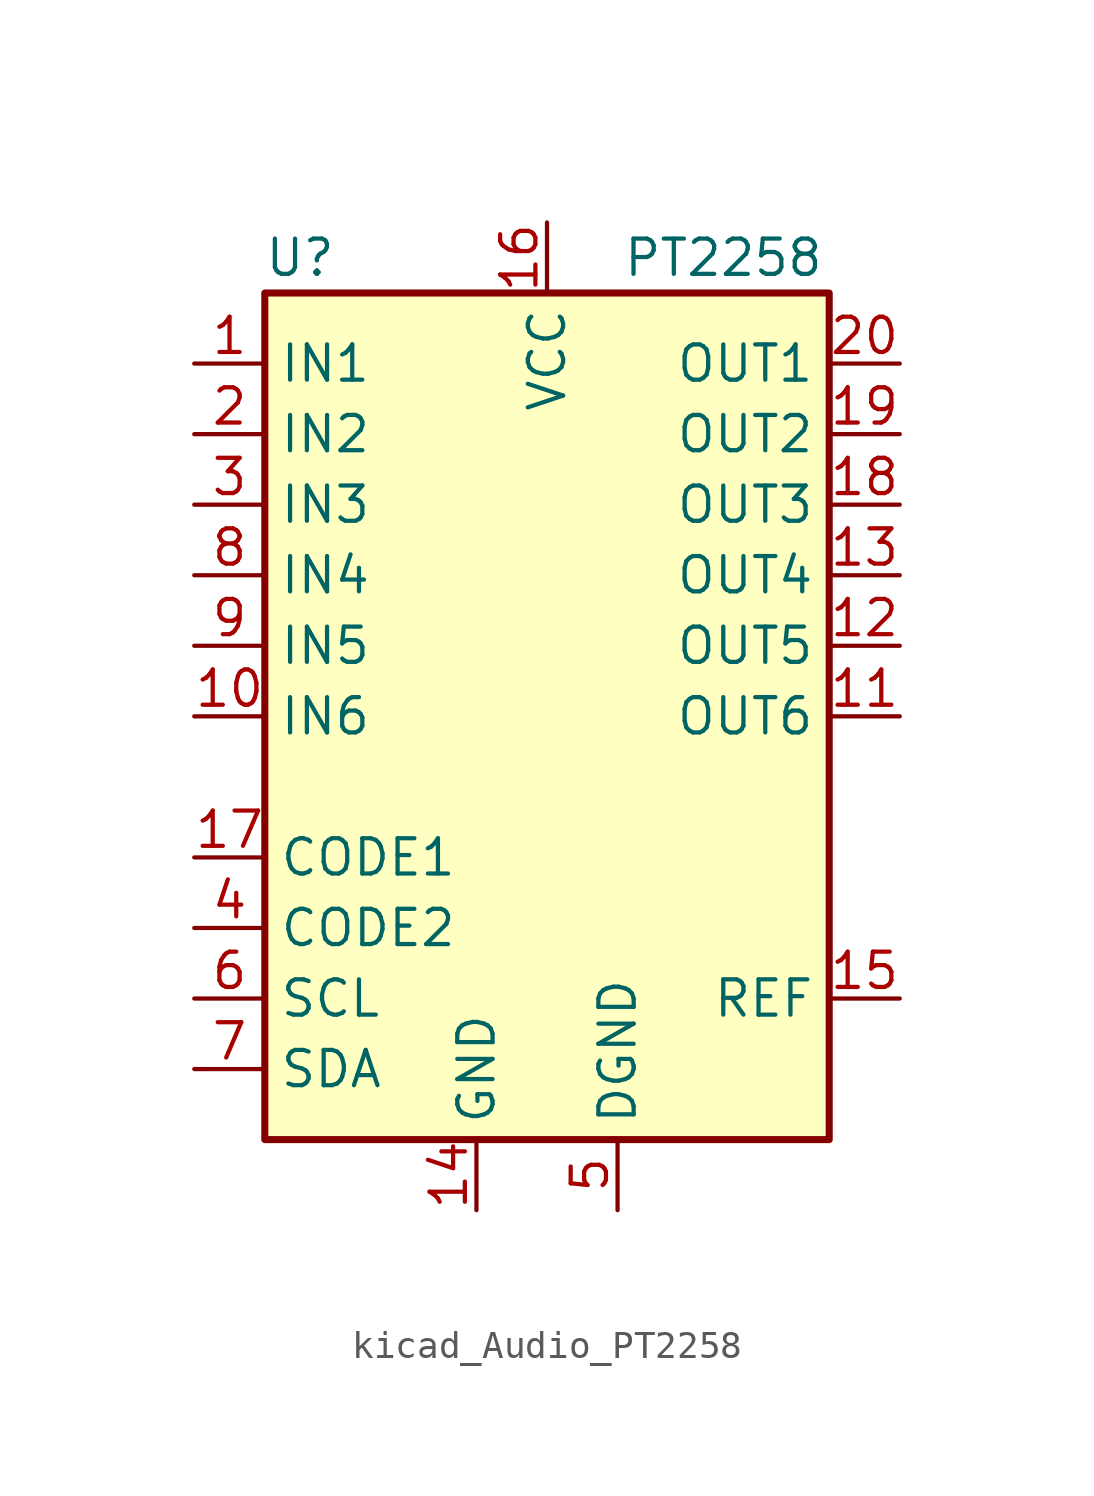
<source format=kicad_sym>
(kicad_symbol_lib
  (version 20220914)
  (generator kicad_symbol_editor)
  (symbol "kicad_Audio_PT2258"
    (property "Reference" "U"
      (at -8.89 16.51 0)
      (effects (font (size 1.27 1.27))))
    (property "Value" "PT2258"
      (at 6.35 16.51 0)
      (effects (font (size 1.27 1.27))))
    (symbol "kicad_Audio_PT2258_0_1"
      (rectangle (start -10.16 15.24) (end 10.16 -15.24) (stroke (width 0.254) (type solid)) (fill (type background))))
    (symbol "kicad_Audio_PT2258_1_1"
      (pin input line (at -12.7 12.7 0) (length 2.54) (name "IN1" (effects (font (size 1.27 1.27)))) (number "1" (effects (font (size 1.27 1.27)))))
      (pin input line (at -12.7 0 0) (length 2.54) (name "IN6" (effects (font (size 1.27 1.27)))) (number "10" (effects (font (size 1.27 1.27)))))
      (pin output line (at 12.7 0 180) (length 2.54) (name "OUT6" (effects (font (size 1.27 1.27)))) (number "11" (effects (font (size 1.27 1.27)))))
      (pin output line (at 12.7 2.54 180) (length 2.54) (name "OUT5" (effects (font (size 1.27 1.27)))) (number "12" (effects (font (size 1.27 1.27)))))
      (pin output line (at 12.7 5.08 180) (length 2.54) (name "OUT4" (effects (font (size 1.27 1.27)))) (number "13" (effects (font (size 1.27 1.27)))))
      (pin power_in line (at -2.54 -17.78 90) (length 2.54) (name "GND" (effects (font (size 1.27 1.27)))) (number "14" (effects (font (size 1.27 1.27)))))
      (pin output line (at 12.7 -10.16 180) (length 2.54) (name "REF" (effects (font (size 1.27 1.27)))) (number "15" (effects (font (size 1.27 1.27)))))
      (pin power_in line (at 0 17.78 270) (length 2.54) (name "VCC" (effects (font (size 1.27 1.27)))) (number "16" (effects (font (size 1.27 1.27)))))
      (pin input line (at -12.7 -5.08 0) (length 2.54) (name "CODE1" (effects (font (size 1.27 1.27)))) (number "17" (effects (font (size 1.27 1.27)))))
      (pin output line (at 12.7 7.62 180) (length 2.54) (name "OUT3" (effects (font (size 1.27 1.27)))) (number "18" (effects (font (size 1.27 1.27)))))
      (pin output line (at 12.7 10.16 180) (length 2.54) (name "OUT2" (effects (font (size 1.27 1.27)))) (number "19" (effects (font (size 1.27 1.27)))))
      (pin input line (at -12.7 10.16 0) (length 2.54) (name "IN2" (effects (font (size 1.27 1.27)))) (number "2" (effects (font (size 1.27 1.27)))))
      (pin output line (at 12.7 12.7 180) (length 2.54) (name "OUT1" (effects (font (size 1.27 1.27)))) (number "20" (effects (font (size 1.27 1.27)))))
      (pin input line (at -12.7 7.62 0) (length 2.54) (name "IN3" (effects (font (size 1.27 1.27)))) (number "3" (effects (font (size 1.27 1.27)))))
      (pin input line (at -12.7 -7.62 0) (length 2.54) (name "CODE2" (effects (font (size 1.27 1.27)))) (number "4" (effects (font (size 1.27 1.27)))))
      (pin power_in line (at 2.54 -17.78 90) (length 2.54) (name "DGND" (effects (font (size 1.27 1.27)))) (number "5" (effects (font (size 1.27 1.27)))))
      (pin bidirectional line (at -12.7 -10.16 0) (length 2.54) (name "SCL" (effects (font (size 1.27 1.27)))) (number "6" (effects (font (size 1.27 1.27)))))
      (pin bidirectional line (at -12.7 -12.7 0) (length 2.54) (name "SDA" (effects (font (size 1.27 1.27)))) (number "7" (effects (font (size 1.27 1.27)))))
      (pin input line (at -12.7 5.08 0) (length 2.54) (name "IN4" (effects (font (size 1.27 1.27)))) (number "8" (effects (font (size 1.27 1.27)))))
      (pin input line (at -12.7 2.54 0) (length 2.54) (name "IN5" (effects (font (size 1.27 1.27)))) (number "9" (effects (font (size 1.27 1.27))))))))
</source>
